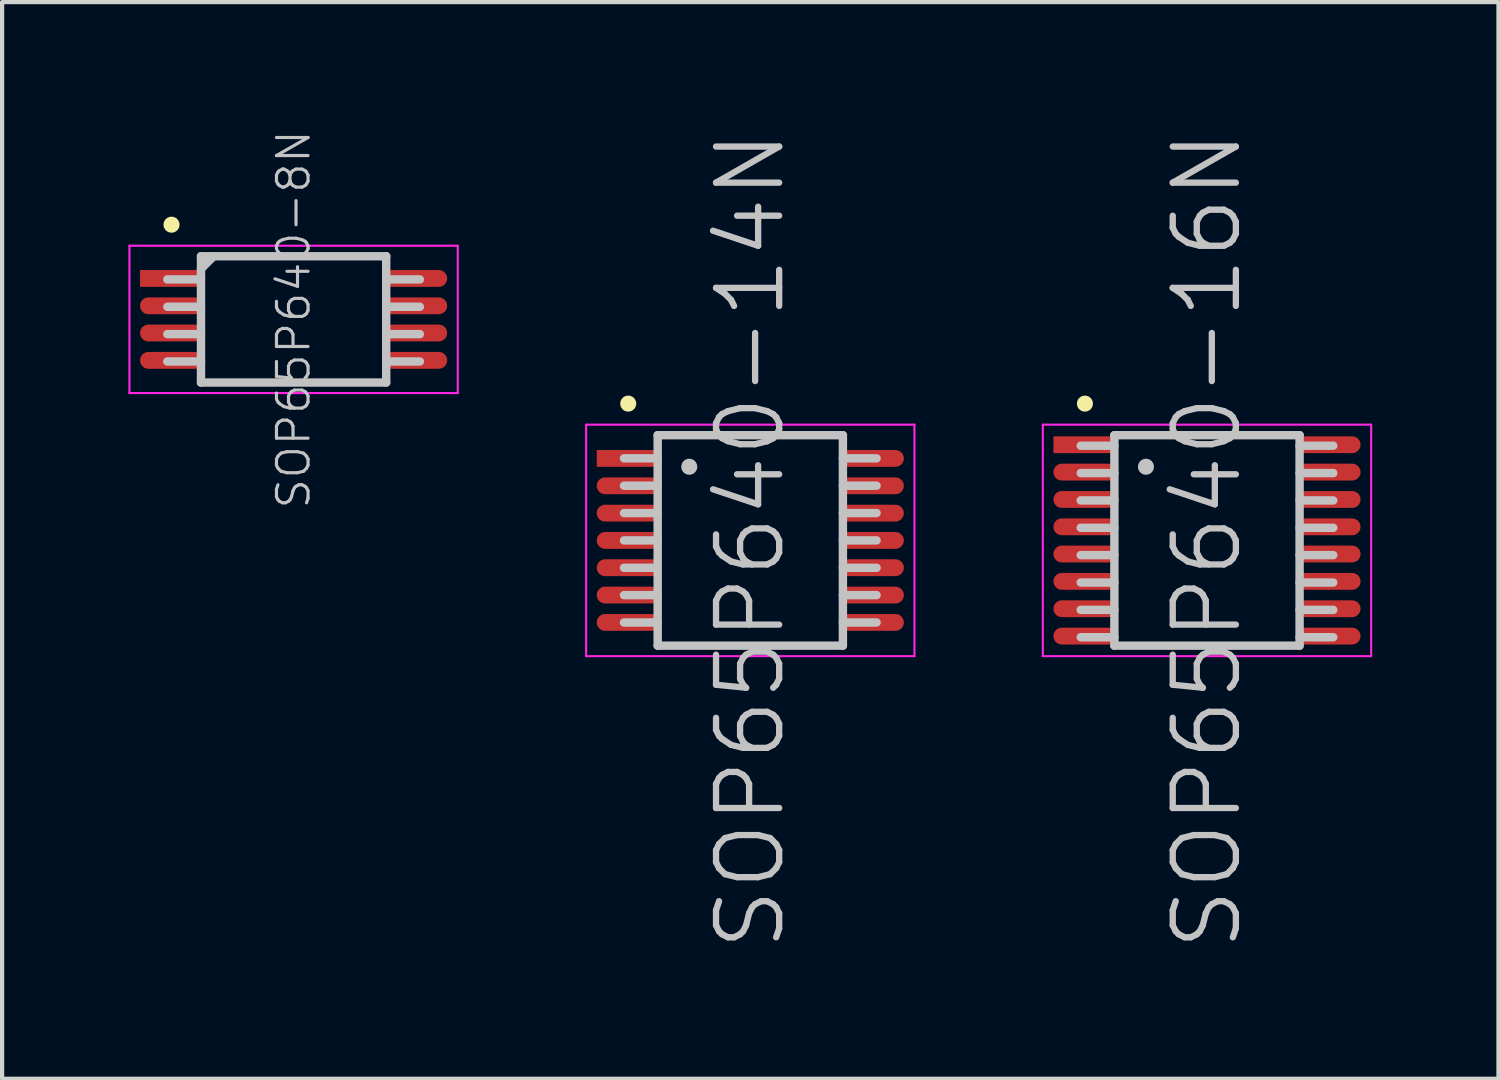
<source format=kicad_pcb>
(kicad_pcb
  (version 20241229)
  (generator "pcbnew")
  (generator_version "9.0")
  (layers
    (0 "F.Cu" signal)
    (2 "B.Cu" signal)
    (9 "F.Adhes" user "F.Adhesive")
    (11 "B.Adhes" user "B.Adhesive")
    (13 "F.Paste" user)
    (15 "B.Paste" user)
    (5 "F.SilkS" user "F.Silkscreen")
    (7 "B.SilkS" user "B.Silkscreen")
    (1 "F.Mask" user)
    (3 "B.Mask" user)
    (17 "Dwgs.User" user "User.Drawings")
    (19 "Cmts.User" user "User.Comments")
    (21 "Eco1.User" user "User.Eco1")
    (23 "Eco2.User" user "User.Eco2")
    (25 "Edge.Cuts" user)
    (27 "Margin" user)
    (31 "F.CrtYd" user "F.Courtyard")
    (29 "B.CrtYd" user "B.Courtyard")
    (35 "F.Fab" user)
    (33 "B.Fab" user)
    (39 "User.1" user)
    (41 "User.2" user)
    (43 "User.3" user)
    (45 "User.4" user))
  (footprint "SOP65P640-8N"
    (layer "F.Cu")
    (at 3.925 4.538)
    (property "Reference" "SOP65P640-8N" (at 0 0 90) (layer "Dwgs.User") (effects (font (size 0.75 0.75) (thickness 0.075))))
    (attr smd)
    (fp_line (start -2.9 -2.25) (end -2.9 -2.25) (stroke (width 0.381) (type solid)) (layer "F.SilkS"))
    (fp_line (start -2.2 -1.5) (end -2.2 1.5) (stroke (width 0.2) (type solid)) (layer "Dwgs.User"))
    (fp_line (start -2.2 -1.5) (end 2.2 -1.5) (stroke (width 0.2) (type solid)) (layer "Dwgs.User"))
    (fp_line (start -2.2 -1.2) (end -1.9 -1.5) (stroke (width 0.2) (type solid)) (layer "Dwgs.User"))
    (fp_line (start -2.2 -0.95) (end -3 -0.95) (stroke (width 0.2) (type solid)) (layer "Dwgs.User"))
    (fp_line (start -2.2 -0.3) (end -3 -0.3) (stroke (width 0.2) (type solid)) (layer "Dwgs.User"))
    (fp_line (start -2.2 0.35) (end -3 0.35) (stroke (width 0.2) (type solid)) (layer "Dwgs.User"))
    (fp_line (start -2.2 1) (end -3 1) (stroke (width 0.2) (type solid)) (layer "Dwgs.User"))
    (fp_line (start -2.2 1.5) (end 2.2 1.5) (stroke (width 0.2) (type solid)) (layer "Dwgs.User"))
    (fp_line (start 2.2 -1.5) (end 2.2 1.5) (stroke (width 0.2) (type solid)) (layer "Dwgs.User"))
    (fp_line (start 3 -0.95) (end 2.2 -0.95) (stroke (width 0.2) (type solid)) (layer "Dwgs.User"))
    (fp_line (start 3 -0.3) (end 2.2 -0.3) (stroke (width 0.2) (type solid)) (layer "Dwgs.User"))
    (fp_line (start 3 0.35) (end 2.2 0.35) (stroke (width 0.2) (type solid)) (layer "Dwgs.User"))
    (fp_line (start 3 1) (end 2.2 1) (stroke (width 0.2) (type solid)) (layer "Dwgs.User"))
    (fp_line (start -3.9 -1.75) (end -3.9 1.75) (stroke (width 0.05) (type solid)) (layer "F.CrtYd"))
    (fp_line (start -3.9 -1.75) (end 3.9 -1.75) (stroke (width 0.05) (type solid)) (layer "F.CrtYd"))
    (fp_line (start -3.9 1.75) (end 3.9 1.75) (stroke (width 0.05) (type solid)) (layer "F.CrtYd"))
    (fp_line (start 3.9 -1.75) (end 3.9 1.75) (stroke (width 0.05) (type solid)) (layer "F.CrtYd"))
    (pad "1" smd rect (at -2.898 -0.973 90) (size 0.4 1.5) (layers "F.Cu" "F.Mask" "F.Paste"))
    (pad "2" smd oval (at -2.898 -0.323 90) (size 0.4 1.5) (layers "F.Cu" "F.Mask" "F.Paste"))
    (pad "3" smd oval (at -2.898 0.323 90) (size 0.4 1.5) (layers "F.Cu" "F.Mask" "F.Paste"))
    (pad "4" smd oval (at -2.898 0.973 90) (size 0.4 1.5) (layers "F.Cu" "F.Mask" "F.Paste"))
    (pad "5" smd oval (at 2.898 0.973 270) (size 0.4 1.5) (layers "F.Cu" "F.Mask" "F.Paste"))
    (pad "6" smd oval (at 2.898 0.323 270) (size 0.4 1.5) (layers "F.Cu" "F.Mask" "F.Paste"))
    (pad "7" smd oval (at 2.898 -0.323 270) (size 0.4 1.5) (layers "F.Cu" "F.Mask" "F.Paste"))
    (pad "8" smd oval (at 2.898 -0.973 270) (size 0.4 1.5) (layers "F.Cu" "F.Mask" "F.Paste")))
  (footprint "SOP65P640-14N"
    (layer "F.Cu")
    (at 14.775 9.789)
    (property "Reference" "SOP65P640-14N" (at 0 0 90) (layer "Dwgs.User") (effects (font (size 1.5 1.5) (thickness 0.15))))
    (attr smd)
    (fp_line (start -2.9 -3.25) (end -2.9 -3.25) (stroke (width 0.381) (type solid)) (layer "F.SilkS"))
    (fp_line (start -2.2 -2.5) (end -2.2 2.5) (stroke (width 0.2) (type solid)) (layer "Dwgs.User"))
    (fp_line (start -2.2 -2.5) (end 2.2 -2.5) (stroke (width 0.2) (type solid)) (layer "Dwgs.User"))
    (fp_line (start -2.2 -1.95) (end -3 -1.95) (stroke (width 0.2) (type solid)) (layer "Dwgs.User"))
    (fp_line (start -2.2 -1.3) (end -3 -1.3) (stroke (width 0.2) (type solid)) (layer "Dwgs.User"))
    (fp_line (start -2.2 -0.65) (end -3 -0.65) (stroke (width 0.2) (type solid)) (layer "Dwgs.User"))
    (fp_line (start -2.2 0) (end -3 0) (stroke (width 0.2) (type solid)) (layer "Dwgs.User"))
    (fp_line (start -2.2 0.65) (end -3 0.65) (stroke (width 0.2) (type solid)) (layer "Dwgs.User"))
    (fp_line (start -2.2 1.3) (end -3 1.3) (stroke (width 0.2) (type solid)) (layer "Dwgs.User"))
    (fp_line (start -2.2 1.95) (end -3 1.95) (stroke (width 0.2) (type solid)) (layer "Dwgs.User"))
    (fp_line (start -2.2 2.5) (end 2.2 2.5) (stroke (width 0.2) (type solid)) (layer "Dwgs.User"))
    (fp_line (start -1.45 -1.75) (end -1.45 -1.75) (stroke (width 0.381) (type solid)) (layer "Dwgs.User"))
    (fp_line (start 2.2 -2.5) (end 2.2 2.5) (stroke (width 0.2) (type solid)) (layer "Dwgs.User"))
    (fp_line (start 3 -1.95) (end 2.2 -1.95) (stroke (width 0.2) (type solid)) (layer "Dwgs.User"))
    (fp_line (start 3 -1.3) (end 2.2 -1.3) (stroke (width 0.2) (type solid)) (layer "Dwgs.User"))
    (fp_line (start 3 -0.65) (end 2.2 -0.65) (stroke (width 0.2) (type solid)) (layer "Dwgs.User"))
    (fp_line (start 3 0) (end 2.2 0) (stroke (width 0.2) (type solid)) (layer "Dwgs.User"))
    (fp_line (start 3 0.65) (end 2.2 0.65) (stroke (width 0.2) (type solid)) (layer "Dwgs.User"))
    (fp_line (start 3 1.3) (end 2.2 1.3) (stroke (width 0.2) (type solid)) (layer "Dwgs.User"))
    (fp_line (start 3 1.95) (end 2.2 1.95) (stroke (width 0.2) (type solid)) (layer "Dwgs.User"))
    (fp_line (start -3.9 -2.75) (end -3.9 2.75) (stroke (width 0.05) (type solid)) (layer "F.CrtYd"))
    (fp_line (start -3.9 -2.75) (end 3.9 -2.75) (stroke (width 0.05) (type solid)) (layer "F.CrtYd"))
    (fp_line (start -3.9 2.75) (end 3.9 2.75) (stroke (width 0.05) (type solid)) (layer "F.CrtYd"))
    (fp_line (start 3.9 -2.75) (end 3.9 2.75) (stroke (width 0.05) (type solid)) (layer "F.CrtYd"))
    (pad "1" smd rect (at -2.898 -1.948 90) (size 0.4 1.5) (layers "F.Cu" "F.Mask" "F.Paste"))
    (pad "2" smd oval (at -2.898 -1.298 90) (size 0.4 1.5) (layers "F.Cu" "F.Mask" "F.Paste"))
    (pad "3" smd oval (at -2.898 -0.648 90) (size 0.4 1.5) (layers "F.Cu" "F.Mask" "F.Paste"))
    (pad "4" smd oval (at -2.898 0 90) (size 0.4 1.5) (layers "F.Cu" "F.Mask" "F.Paste"))
    (pad "5" smd oval (at -2.898 0.648 90) (size 0.4 1.5) (layers "F.Cu" "F.Mask" "F.Paste"))
    (pad "6" smd oval (at -2.898 1.298 90) (size 0.4 1.5) (layers "F.Cu" "F.Mask" "F.Paste"))
    (pad "7" smd oval (at -2.898 1.948 90) (size 0.4 1.5) (layers "F.Cu" "F.Mask" "F.Paste"))
    (pad "8" smd oval (at 2.898 1.948 270) (size 0.4 1.5) (layers "F.Cu" "F.Mask" "F.Paste"))
    (pad "9" smd oval (at 2.898 1.298 270) (size 0.4 1.5) (layers "F.Cu" "F.Mask" "F.Paste"))
    (pad "10" smd oval (at 2.898 0.648 270) (size 0.4 1.5) (layers "F.Cu" "F.Mask" "F.Paste"))
    (pad "11" smd oval (at 2.898 0 270) (size 0.4 1.5) (layers "F.Cu" "F.Mask" "F.Paste"))
    (pad "12" smd oval (at 2.898 -0.648 270) (size 0.4 1.5) (layers "F.Cu" "F.Mask" "F.Paste"))
    (pad "13" smd oval (at 2.898 -1.298 270) (size 0.4 1.5) (layers "F.Cu" "F.Mask" "F.Paste"))
    (pad "14" smd oval (at 2.898 -1.948 270) (size 0.4 1.5) (layers "F.Cu" "F.Mask" "F.Paste")))
  (footprint "SOP65P640-16N"
    (layer "F.Cu")
    (at 25.625 9.789)
    (property "Reference" "SOP65P640-16N" (at 0 0 90) (layer "Dwgs.User") (effects (font (size 1.5 1.5) (thickness 0.15))))
    (attr smd)
    (fp_line (start -2.9 -3.25) (end -2.9 -3.25) (stroke (width 0.381) (type solid)) (layer "F.SilkS"))
    (fp_line (start -2.2 -2.5) (end -2.2 2.5) (stroke (width 0.2) (type solid)) (layer "Dwgs.User"))
    (fp_line (start -2.2 -2.5) (end 2.2 -2.5) (stroke (width 0.2) (type solid)) (layer "Dwgs.User"))
    (fp_line (start -2.2 -2.25) (end -3 -2.25) (stroke (width 0.2) (type solid)) (layer "Dwgs.User"))
    (fp_line (start -2.2 -1.6) (end -3 -1.6) (stroke (width 0.2) (type solid)) (layer "Dwgs.User"))
    (fp_line (start -2.2 -0.95) (end -3 -0.95) (stroke (width 0.2) (type solid)) (layer "Dwgs.User"))
    (fp_line (start -2.2 -0.3) (end -3 -0.3) (stroke (width 0.2) (type solid)) (layer "Dwgs.User"))
    (fp_line (start -2.2 0.35) (end -3 0.35) (stroke (width 0.2) (type solid)) (layer "Dwgs.User"))
    (fp_line (start -2.2 1) (end -3 1) (stroke (width 0.2) (type solid)) (layer "Dwgs.User"))
    (fp_line (start -2.2 1.65) (end -3 1.65) (stroke (width 0.2) (type solid)) (layer "Dwgs.User"))
    (fp_line (start -2.2 2.3) (end -3 2.3) (stroke (width 0.2) (type solid)) (layer "Dwgs.User"))
    (fp_line (start -2.2 2.5) (end 2.2 2.5) (stroke (width 0.2) (type solid)) (layer "Dwgs.User"))
    (fp_line (start -1.45 -1.75) (end -1.45 -1.75) (stroke (width 0.381) (type solid)) (layer "Dwgs.User"))
    (fp_line (start 2.2 -2.5) (end 2.2 2.5) (stroke (width 0.2) (type solid)) (layer "Dwgs.User"))
    (fp_line (start 3 -2.25) (end 2.2 -2.25) (stroke (width 0.2) (type solid)) (layer "Dwgs.User"))
    (fp_line (start 3 -1.6) (end 2.2 -1.6) (stroke (width 0.2) (type solid)) (layer "Dwgs.User"))
    (fp_line (start 3 -0.95) (end 2.2 -0.95) (stroke (width 0.2) (type solid)) (layer "Dwgs.User"))
    (fp_line (start 3 -0.3) (end 2.2 -0.3) (stroke (width 0.2) (type solid)) (layer "Dwgs.User"))
    (fp_line (start 3 0.35) (end 2.2 0.35) (stroke (width 0.2) (type solid)) (layer "Dwgs.User"))
    (fp_line (start 3 1) (end 2.2 1) (stroke (width 0.2) (type solid)) (layer "Dwgs.User"))
    (fp_line (start 3 1.65) (end 2.2 1.65) (stroke (width 0.2) (type solid)) (layer "Dwgs.User"))
    (fp_line (start 3 2.3) (end 2.2 2.3) (stroke (width 0.2) (type solid)) (layer "Dwgs.User"))
    (fp_line (start -3.9 -2.75) (end -3.9 2.75) (stroke (width 0.05) (type solid)) (layer "F.CrtYd"))
    (fp_line (start -3.9 -2.75) (end 3.9 -2.75) (stroke (width 0.05) (type solid)) (layer "F.CrtYd"))
    (fp_line (start -3.9 2.75) (end 3.9 2.75) (stroke (width 0.05) (type solid)) (layer "F.CrtYd"))
    (fp_line (start 3.9 -2.75) (end 3.9 2.75) (stroke (width 0.05) (type solid)) (layer "F.CrtYd"))
    (pad "1" smd rect (at -2.898 -2.273 90) (size 0.4 1.5) (layers "F.Cu" "F.Mask" "F.Paste"))
    (pad "2" smd oval (at -2.898 -1.623 90) (size 0.4 1.5) (layers "F.Cu" "F.Mask" "F.Paste"))
    (pad "3" smd oval (at -2.898 -0.973 90) (size 0.4 1.5) (layers "F.Cu" "F.Mask" "F.Paste"))
    (pad "4" smd oval (at -2.898 -0.323 90) (size 0.4 1.5) (layers "F.Cu" "F.Mask" "F.Paste"))
    (pad "5" smd oval (at -2.898 0.323 90) (size 0.4 1.5) (layers "F.Cu" "F.Mask" "F.Paste"))
    (pad "6" smd oval (at -2.898 0.973 90) (size 0.4 1.5) (layers "F.Cu" "F.Mask" "F.Paste"))
    (pad "7" smd oval (at -2.898 1.623 90) (size 0.4 1.5) (layers "F.Cu" "F.Mask" "F.Paste"))
    (pad "8" smd oval (at -2.898 2.273 90) (size 0.4 1.5) (layers "F.Cu" "F.Mask" "F.Paste"))
    (pad "9" smd oval (at 2.898 2.273 270) (size 0.4 1.5) (layers "F.Cu" "F.Mask" "F.Paste"))
    (pad "10" smd oval (at 2.898 1.623 270) (size 0.4 1.5) (layers "F.Cu" "F.Mask" "F.Paste"))
    (pad "11" smd oval (at 2.898 0.973 270) (size 0.4 1.5) (layers "F.Cu" "F.Mask" "F.Paste"))
    (pad "12" smd oval (at 2.898 0.323 270) (size 0.4 1.5) (layers "F.Cu" "F.Mask" "F.Paste"))
    (pad "13" smd oval (at 2.898 -0.323 270) (size 0.4 1.5) (layers "F.Cu" "F.Mask" "F.Paste"))
    (pad "14" smd oval (at 2.898 -0.973 270) (size 0.4 1.5) (layers "F.Cu" "F.Mask" "F.Paste"))
    (pad "15" smd oval (at 2.898 -1.623 270) (size 0.4 1.5) (layers "F.Cu" "F.Mask" "F.Paste"))
    (pad "16" smd oval (at 2.898 -2.273 270) (size 0.4 1.5) (layers "F.Cu" "F.Mask" "F.Paste")))
  (gr_rect
    (start -3 -3)
    (end 32.55 22.579)
    (stroke (width 0.1) (type default))
    (fill no)
    (layer "Edge.Cuts")))
</source>
